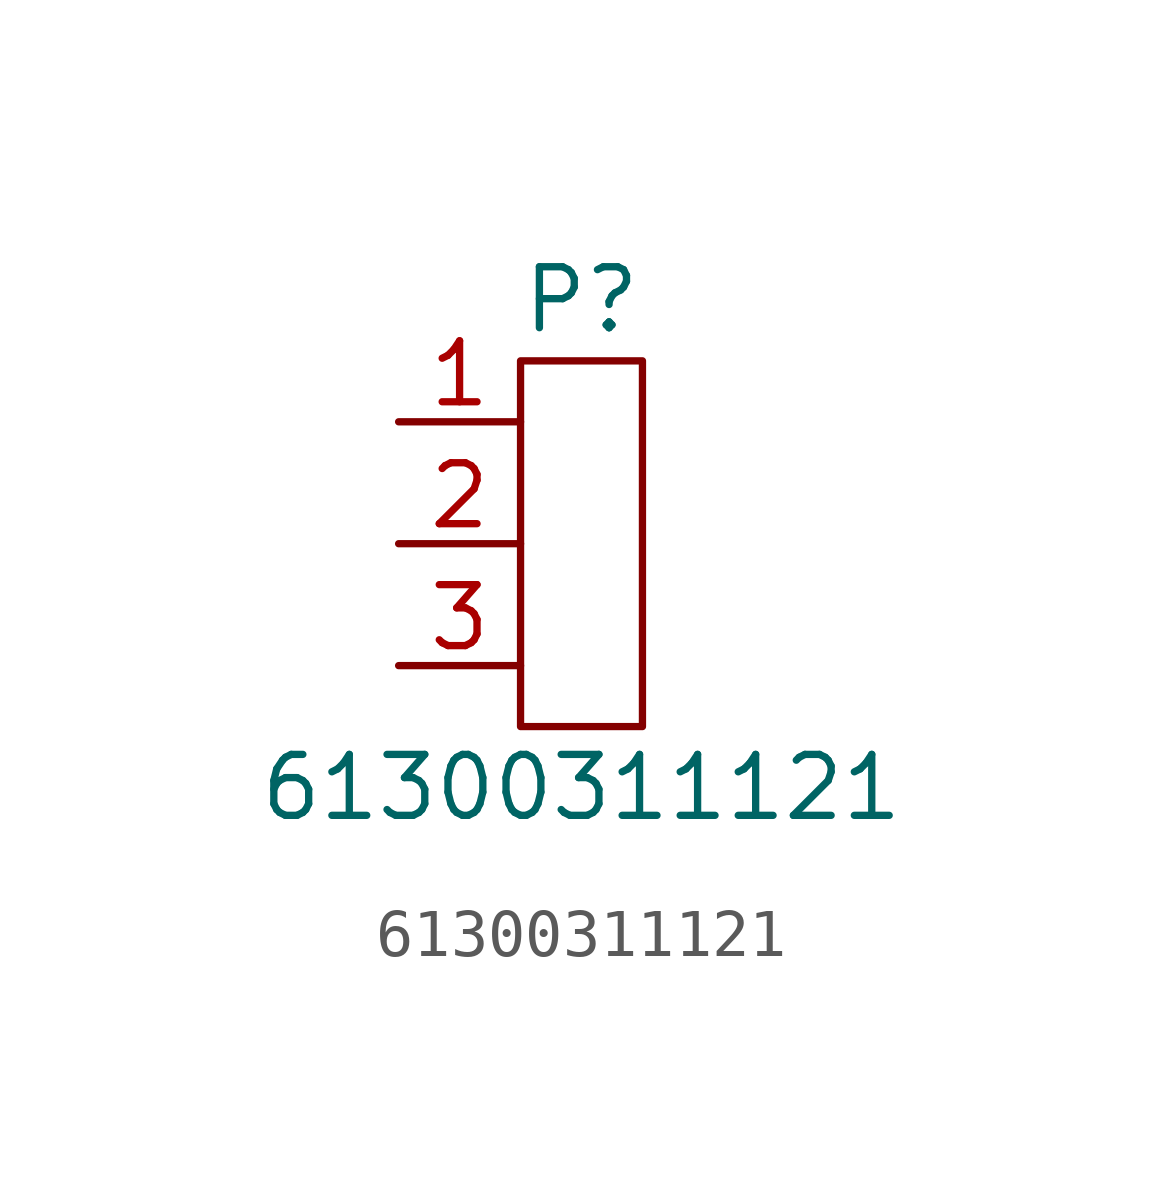
<source format=kicad_sym>
(kicad_symbol_lib
  (version 20211014)
  (generator kicad_symbol_editor)
  (symbol "61300311121"
    (pin_names
      (offset 1.016))
    (property "Reference" "P"
      (at 0 5.08 0)
      (effects (font (size 1.27 1.27))))
    (property "Value" "61300311121"
      (at 0 -5.08 0)
      (effects (font (size 1.27 1.27))))
    (symbol "61300311121_0_1"
      (rectangle (start -1.27 3.81) (end 1.27 -3.81) (stroke (width 0) (type default) (color 0 0 0 0)) (fill (type none))))
    (symbol "61300311121_1_1"
      (pin unspecified line (at -3.81 2.54 0) (length 2.54) (name "~" (effects (font (size 1.27 1.27)))) (number "1" (effects (font (size 1.27 1.27)))))
      (pin unspecified line (at -3.81 0 0) (length 2.54) (name "~" (effects (font (size 1.27 1.27)))) (number "2" (effects (font (size 1.27 1.27)))))
      (pin unspecified line (at -3.81 -2.54 0) (length 2.54) (name "~" (effects (font (size 1.27 1.27)))) (number "3" (effects (font (size 1.27 1.27))))))))
</source>
